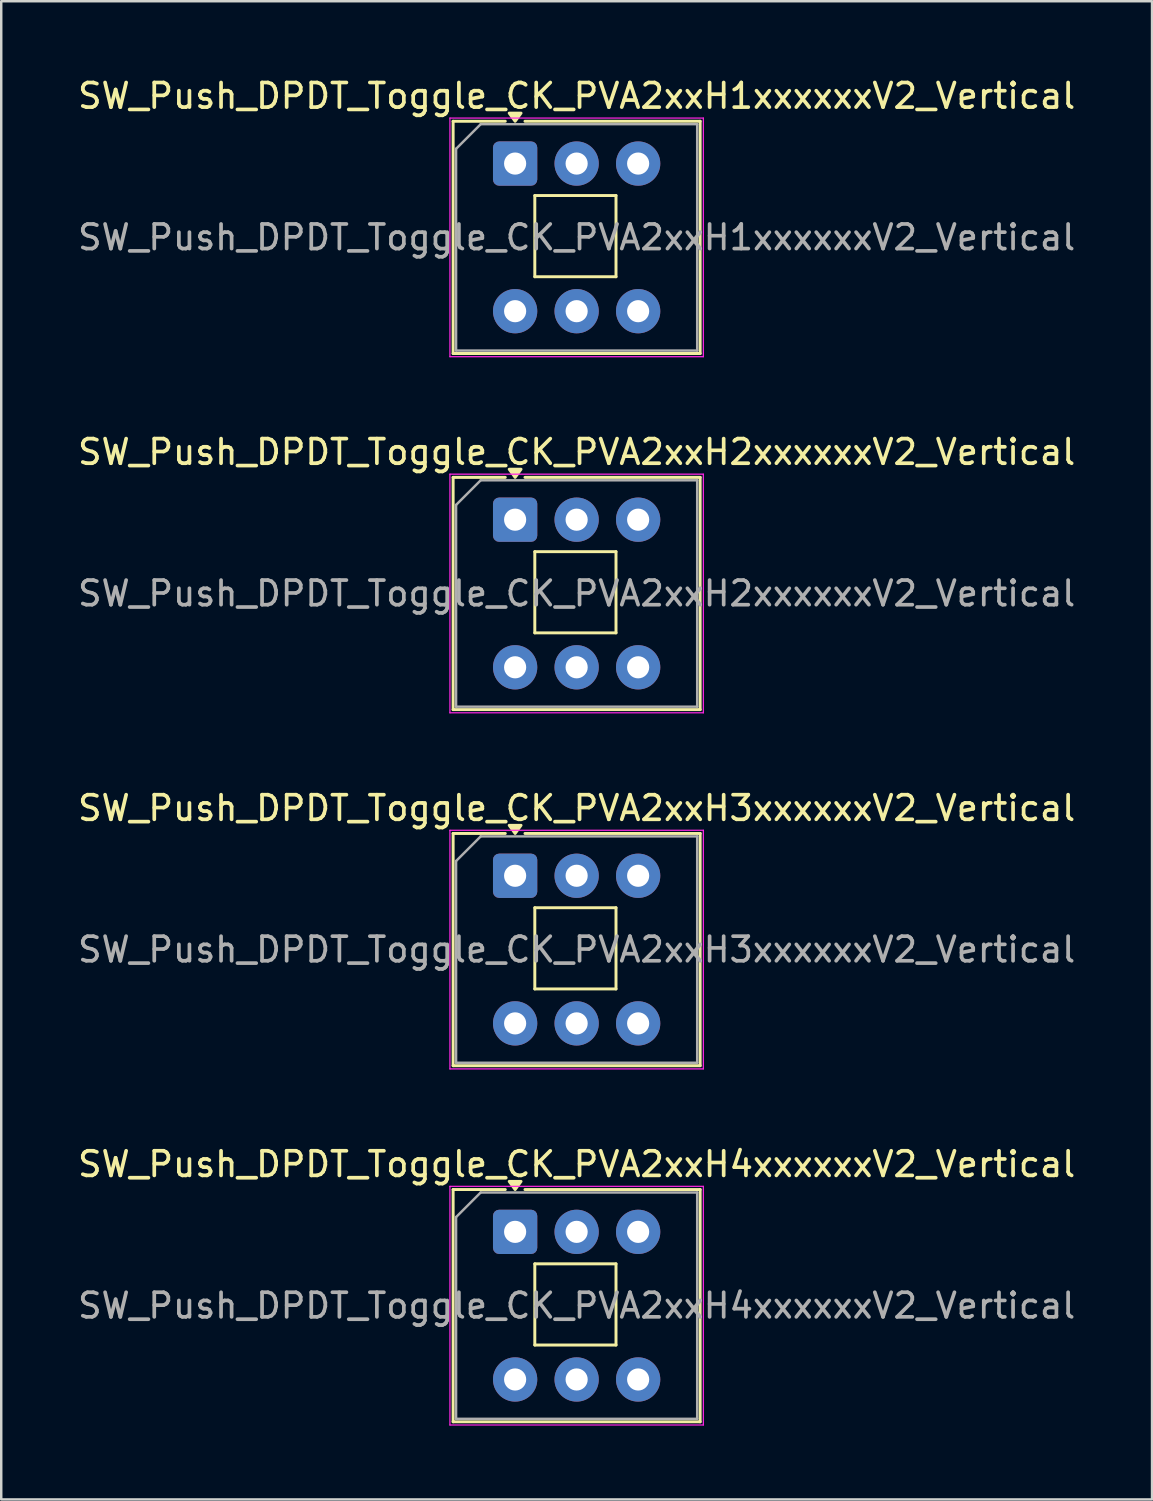
<source format=kicad_pcb>
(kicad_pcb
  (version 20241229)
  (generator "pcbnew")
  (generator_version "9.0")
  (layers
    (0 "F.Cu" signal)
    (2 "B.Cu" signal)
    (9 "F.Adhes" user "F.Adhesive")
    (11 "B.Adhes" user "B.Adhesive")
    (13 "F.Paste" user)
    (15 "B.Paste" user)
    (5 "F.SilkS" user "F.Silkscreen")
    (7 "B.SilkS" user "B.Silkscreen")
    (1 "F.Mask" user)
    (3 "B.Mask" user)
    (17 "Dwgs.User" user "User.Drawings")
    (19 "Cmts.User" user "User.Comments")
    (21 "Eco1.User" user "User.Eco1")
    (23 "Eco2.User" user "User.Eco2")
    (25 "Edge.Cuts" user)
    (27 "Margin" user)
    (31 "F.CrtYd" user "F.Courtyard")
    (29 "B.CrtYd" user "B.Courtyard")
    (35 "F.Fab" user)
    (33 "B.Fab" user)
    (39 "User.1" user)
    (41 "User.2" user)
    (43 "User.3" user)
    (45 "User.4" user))
  (footprint "SW_Push_DPDT_Toggle_CK_PVA2xxH1xxxxxxV2_Vertical"
    (layer "F.Cu")
    (at 17.887 3.598)
    (property "Reference" "SW_Push_DPDT_Toggle_CK_PVA2xxH1xxxxxxV2_Vertical" (at 2.5 -2.75 0) (layer "F.SilkS") (effects (font (size 1 1) (thickness 0.15))))
    (attr through_hole)
    (fp_line (start -2.52 7.72) (end -2.52 -1.72) (stroke (width 0.12) (type solid)) (layer "F.SilkS"))
    (fp_line (start -0.4 -1.72) (end -2.52 -1.72) (stroke (width 0.12) (type solid)) (layer "F.SilkS"))
    (fp_line (start 0.8 1.3) (end 0.8 4.6) (stroke (width 0.12) (type solid)) (layer "F.SilkS"))
    (fp_line (start 4.1 1.3) (end 0.8 1.3) (stroke (width 0.12) (type solid)) (layer "F.SilkS"))
    (fp_line (start 4.1 1.3) (end 4.1 4.6) (stroke (width 0.12) (type solid)) (layer "F.SilkS"))
    (fp_line (start 4.1 4.6) (end 0.8 4.6) (stroke (width 0.12) (type solid)) (layer "F.SilkS"))
    (fp_line (start 7.52 -1.72) (end 0.4 -1.72) (stroke (width 0.12) (type solid)) (layer "F.SilkS"))
    (fp_line (start 7.52 7.72) (end -2.52 7.72) (stroke (width 0.12) (type solid)) (layer "F.SilkS"))
    (fp_line (start 7.52 7.72) (end 7.52 -1.72) (stroke (width 0.12) (type solid)) (layer "F.SilkS"))
    (fp_poly (pts (xy 0 -1.72) (xy -0.24 -2.05) (xy 0.24 -2.05) (xy 0 -1.72)) (stroke (width 0.12) (type solid)) (fill yes) (layer "F.SilkS"))
    (fp_line (start -2.65 -1.85) (end 7.65 -1.85) (stroke (width 0.05) (type solid)) (layer "F.CrtYd"))
    (fp_line (start -2.65 7.85) (end -2.65 -1.85) (stroke (width 0.05) (type solid)) (layer "F.CrtYd"))
    (fp_line (start -2.65 7.85) (end 7.65 7.85) (stroke (width 0.05) (type solid)) (layer "F.CrtYd"))
    (fp_line (start 7.65 -1.85) (end 7.65 7.85) (stroke (width 0.05) (type solid)) (layer "F.CrtYd"))
    (fp_line (start -2.4 -0.6) (end -1.4 -1.6) (stroke (width 0.1) (type solid)) (layer "F.Fab"))
    (fp_line (start -2.4 7.6) (end -2.4 -0.6) (stroke (width 0.1) (type solid)) (layer "F.Fab"))
    (fp_line (start -1.4 -1.6) (end 7.4 -1.6) (stroke (width 0.1) (type solid)) (layer "F.Fab"))
    (fp_line (start 7.4 -1.6) (end 7.4 7.6) (stroke (width 0.1) (type solid)) (layer "F.Fab"))
    (fp_line (start 7.4 7.6) (end -2.4 7.6) (stroke (width 0.1) (type solid)) (layer "F.Fab"))
    (fp_text user "${REFERENCE}" (at 2.5 3 0) (layer "F.Fab") (effects (font (size 1 1) (thickness 0.15))))
    (pad "1" thru_hole roundrect (at 0 0) (size 1.8 1.8) (drill 0.9) (layers "*.Cu" "*.Mask") (roundrect_rratio 0.139))
    (pad "2" thru_hole circle (at 2.5 0) (size 1.8 1.8) (drill 0.9) (layers "*.Cu" "*.Mask"))
    (pad "3" thru_hole circle (at 5 0) (size 1.8 1.8) (drill 0.9) (layers "*.Cu" "*.Mask"))
    (pad "4" thru_hole circle (at 0 6) (size 1.8 1.8) (drill 0.9) (layers "*.Cu" "*.Mask"))
    (pad "5" thru_hole circle (at 2.5 6) (size 1.8 1.8) (drill 0.9) (layers "*.Cu" "*.Mask"))
    (pad "6" thru_hole circle (at 5 6) (size 1.8 1.8) (drill 0.9) (layers "*.Cu" "*.Mask")))
  (footprint "SW_Push_DPDT_Toggle_CK_PVA2xxH2xxxxxxV2_Vertical"
    (layer "F.Cu")
    (at 17.887 18.072)
    (property "Reference" "SW_Push_DPDT_Toggle_CK_PVA2xxH2xxxxxxV2_Vertical" (at 2.5 -2.75 0) (layer "F.SilkS") (effects (font (size 1 1) (thickness 0.15))))
    (attr through_hole)
    (fp_line (start -2.52 7.72) (end -2.52 -1.72) (stroke (width 0.12) (type solid)) (layer "F.SilkS"))
    (fp_line (start -0.4 -1.72) (end -2.52 -1.72) (stroke (width 0.12) (type solid)) (layer "F.SilkS"))
    (fp_line (start 0.8 1.3) (end 0.8 4.6) (stroke (width 0.12) (type solid)) (layer "F.SilkS"))
    (fp_line (start 4.1 1.3) (end 0.8 1.3) (stroke (width 0.12) (type solid)) (layer "F.SilkS"))
    (fp_line (start 4.1 1.3) (end 4.1 4.6) (stroke (width 0.12) (type solid)) (layer "F.SilkS"))
    (fp_line (start 4.1 4.6) (end 0.8 4.6) (stroke (width 0.12) (type solid)) (layer "F.SilkS"))
    (fp_line (start 7.52 -1.72) (end 0.4 -1.72) (stroke (width 0.12) (type solid)) (layer "F.SilkS"))
    (fp_line (start 7.52 7.72) (end -2.52 7.72) (stroke (width 0.12) (type solid)) (layer "F.SilkS"))
    (fp_line (start 7.52 7.72) (end 7.52 -1.72) (stroke (width 0.12) (type solid)) (layer "F.SilkS"))
    (fp_poly (pts (xy 0 -1.72) (xy -0.24 -2.05) (xy 0.24 -2.05) (xy 0 -1.72)) (stroke (width 0.12) (type solid)) (fill yes) (layer "F.SilkS"))
    (fp_line (start -2.65 -1.85) (end 7.65 -1.85) (stroke (width 0.05) (type solid)) (layer "F.CrtYd"))
    (fp_line (start -2.65 7.85) (end -2.65 -1.85) (stroke (width 0.05) (type solid)) (layer "F.CrtYd"))
    (fp_line (start -2.65 7.85) (end 7.65 7.85) (stroke (width 0.05) (type solid)) (layer "F.CrtYd"))
    (fp_line (start 7.65 -1.85) (end 7.65 7.85) (stroke (width 0.05) (type solid)) (layer "F.CrtYd"))
    (fp_line (start -2.4 -0.6) (end -1.4 -1.6) (stroke (width 0.1) (type solid)) (layer "F.Fab"))
    (fp_line (start -2.4 7.6) (end -2.4 -0.6) (stroke (width 0.1) (type solid)) (layer "F.Fab"))
    (fp_line (start -1.4 -1.6) (end 7.4 -1.6) (stroke (width 0.1) (type solid)) (layer "F.Fab"))
    (fp_line (start 7.4 -1.6) (end 7.4 7.6) (stroke (width 0.1) (type solid)) (layer "F.Fab"))
    (fp_line (start 7.4 7.6) (end -2.4 7.6) (stroke (width 0.1) (type solid)) (layer "F.Fab"))
    (fp_text user "${REFERENCE}" (at 2.5 3 0) (layer "F.Fab") (effects (font (size 1 1) (thickness 0.15))))
    (pad "1" thru_hole roundrect (at 0 0) (size 1.8 1.8) (drill 0.9) (layers "*.Cu" "*.Mask") (roundrect_rratio 0.139))
    (pad "2" thru_hole circle (at 2.5 0) (size 1.8 1.8) (drill 0.9) (layers "*.Cu" "*.Mask"))
    (pad "3" thru_hole circle (at 5 0) (size 1.8 1.8) (drill 0.9) (layers "*.Cu" "*.Mask"))
    (pad "4" thru_hole circle (at 0 6) (size 1.8 1.8) (drill 0.9) (layers "*.Cu" "*.Mask"))
    (pad "5" thru_hole circle (at 2.5 6) (size 1.8 1.8) (drill 0.9) (layers "*.Cu" "*.Mask"))
    (pad "6" thru_hole circle (at 5 6) (size 1.8 1.8) (drill 0.9) (layers "*.Cu" "*.Mask")))
  (footprint "SW_Push_DPDT_Toggle_CK_PVA2xxH4xxxxxxV2_Vertical"
    (layer "F.Cu")
    (at 17.887 47.018)
    (property "Reference" "SW_Push_DPDT_Toggle_CK_PVA2xxH4xxxxxxV2_Vertical" (at 2.5 -2.75 0) (layer "F.SilkS") (effects (font (size 1 1) (thickness 0.15))))
    (attr through_hole)
    (fp_line (start -2.52 7.72) (end -2.52 -1.72) (stroke (width 0.12) (type solid)) (layer "F.SilkS"))
    (fp_line (start -0.4 -1.72) (end -2.52 -1.72) (stroke (width 0.12) (type solid)) (layer "F.SilkS"))
    (fp_line (start 0.8 1.3) (end 0.8 4.6) (stroke (width 0.12) (type solid)) (layer "F.SilkS"))
    (fp_line (start 4.1 1.3) (end 0.8 1.3) (stroke (width 0.12) (type solid)) (layer "F.SilkS"))
    (fp_line (start 4.1 1.3) (end 4.1 4.6) (stroke (width 0.12) (type solid)) (layer "F.SilkS"))
    (fp_line (start 4.1 4.6) (end 0.8 4.6) (stroke (width 0.12) (type solid)) (layer "F.SilkS"))
    (fp_line (start 7.52 -1.72) (end 0.4 -1.72) (stroke (width 0.12) (type solid)) (layer "F.SilkS"))
    (fp_line (start 7.52 7.72) (end -2.52 7.72) (stroke (width 0.12) (type solid)) (layer "F.SilkS"))
    (fp_line (start 7.52 7.72) (end 7.52 -1.72) (stroke (width 0.12) (type solid)) (layer "F.SilkS"))
    (fp_poly (pts (xy 0 -1.72) (xy -0.24 -2.05) (xy 0.24 -2.05) (xy 0 -1.72)) (stroke (width 0.12) (type solid)) (fill yes) (layer "F.SilkS"))
    (fp_line (start -2.65 -1.85) (end 7.65 -1.85) (stroke (width 0.05) (type solid)) (layer "F.CrtYd"))
    (fp_line (start -2.65 7.85) (end -2.65 -1.85) (stroke (width 0.05) (type solid)) (layer "F.CrtYd"))
    (fp_line (start -2.65 7.85) (end 7.65 7.85) (stroke (width 0.05) (type solid)) (layer "F.CrtYd"))
    (fp_line (start 7.65 -1.85) (end 7.65 7.85) (stroke (width 0.05) (type solid)) (layer "F.CrtYd"))
    (fp_line (start -2.4 -0.6) (end -1.4 -1.6) (stroke (width 0.1) (type solid)) (layer "F.Fab"))
    (fp_line (start -2.4 7.6) (end -2.4 -0.6) (stroke (width 0.1) (type solid)) (layer "F.Fab"))
    (fp_line (start -1.4 -1.6) (end 7.4 -1.6) (stroke (width 0.1) (type solid)) (layer "F.Fab"))
    (fp_line (start 7.4 -1.6) (end 7.4 7.6) (stroke (width 0.1) (type solid)) (layer "F.Fab"))
    (fp_line (start 7.4 7.6) (end -2.4 7.6) (stroke (width 0.1) (type solid)) (layer "F.Fab"))
    (fp_text user "${REFERENCE}" (at 2.5 3 0) (layer "F.Fab") (effects (font (size 1 1) (thickness 0.15))))
    (pad "1" thru_hole roundrect (at 0 0) (size 1.8 1.8) (drill 0.9) (layers "*.Cu" "*.Mask") (roundrect_rratio 0.139))
    (pad "2" thru_hole circle (at 2.5 0) (size 1.8 1.8) (drill 0.9) (layers "*.Cu" "*.Mask"))
    (pad "3" thru_hole circle (at 5 0) (size 1.8 1.8) (drill 0.9) (layers "*.Cu" "*.Mask"))
    (pad "4" thru_hole circle (at 5 6) (size 1.8 1.8) (drill 0.9) (layers "*.Cu" "*.Mask"))
    (pad "5" thru_hole circle (at 2.5 6) (size 1.8 1.8) (drill 0.9) (layers "*.Cu" "*.Mask"))
    (pad "6" thru_hole circle (at 0 6) (size 1.8 1.8) (drill 0.9) (layers "*.Cu" "*.Mask")))
  (footprint "SW_Push_DPDT_Toggle_CK_PVA2xxH3xxxxxxV2_Vertical"
    (layer "F.Cu")
    (at 17.887 32.545)
    (property "Reference" "SW_Push_DPDT_Toggle_CK_PVA2xxH3xxxxxxV2_Vertical" (at 2.5 -2.75 0) (layer "F.SilkS") (effects (font (size 1 1) (thickness 0.15))))
    (attr through_hole)
    (fp_line (start -2.52 7.72) (end -2.52 -1.72) (stroke (width 0.12) (type solid)) (layer "F.SilkS"))
    (fp_line (start -0.4 -1.72) (end -2.52 -1.72) (stroke (width 0.12) (type solid)) (layer "F.SilkS"))
    (fp_line (start 0.8 1.3) (end 0.8 4.6) (stroke (width 0.12) (type solid)) (layer "F.SilkS"))
    (fp_line (start 4.1 1.3) (end 0.8 1.3) (stroke (width 0.12) (type solid)) (layer "F.SilkS"))
    (fp_line (start 4.1 1.3) (end 4.1 4.6) (stroke (width 0.12) (type solid)) (layer "F.SilkS"))
    (fp_line (start 4.1 4.6) (end 0.8 4.6) (stroke (width 0.12) (type solid)) (layer "F.SilkS"))
    (fp_line (start 7.52 -1.72) (end 0.4 -1.72) (stroke (width 0.12) (type solid)) (layer "F.SilkS"))
    (fp_line (start 7.52 7.72) (end -2.52 7.72) (stroke (width 0.12) (type solid)) (layer "F.SilkS"))
    (fp_line (start 7.52 7.72) (end 7.52 -1.72) (stroke (width 0.12) (type solid)) (layer "F.SilkS"))
    (fp_poly (pts (xy 0 -1.72) (xy -0.24 -2.05) (xy 0.24 -2.05) (xy 0 -1.72)) (stroke (width 0.12) (type solid)) (fill yes) (layer "F.SilkS"))
    (fp_line (start -2.65 -1.85) (end 7.65 -1.85) (stroke (width 0.05) (type solid)) (layer "F.CrtYd"))
    (fp_line (start -2.65 7.85) (end -2.65 -1.85) (stroke (width 0.05) (type solid)) (layer "F.CrtYd"))
    (fp_line (start -2.65 7.85) (end 7.65 7.85) (stroke (width 0.05) (type solid)) (layer "F.CrtYd"))
    (fp_line (start 7.65 -1.85) (end 7.65 7.85) (stroke (width 0.05) (type solid)) (layer "F.CrtYd"))
    (fp_line (start -2.4 -0.6) (end -1.4 -1.6) (stroke (width 0.1) (type solid)) (layer "F.Fab"))
    (fp_line (start -2.4 7.6) (end -2.4 -0.6) (stroke (width 0.1) (type solid)) (layer "F.Fab"))
    (fp_line (start -1.4 -1.6) (end 7.4 -1.6) (stroke (width 0.1) (type solid)) (layer "F.Fab"))
    (fp_line (start 7.4 -1.6) (end 7.4 7.6) (stroke (width 0.1) (type solid)) (layer "F.Fab"))
    (fp_line (start 7.4 7.6) (end -2.4 7.6) (stroke (width 0.1) (type solid)) (layer "F.Fab"))
    (fp_text user "${REFERENCE}" (at 2.5 3 0) (layer "F.Fab") (effects (font (size 1 1) (thickness 0.15))))
    (pad "1" thru_hole roundrect (at 0 0) (size 1.8 1.8) (drill 0.9) (layers "*.Cu" "*.Mask") (roundrect_rratio 0.139))
    (pad "2" thru_hole circle (at 2.5 0) (size 1.8 1.8) (drill 0.9) (layers "*.Cu" "*.Mask"))
    (pad "3" thru_hole circle (at 5 0) (size 1.8 1.8) (drill 0.9) (layers "*.Cu" "*.Mask"))
    (pad "4" thru_hole circle (at 5 6) (size 1.8 1.8) (drill 0.9) (layers "*.Cu" "*.Mask"))
    (pad "5" thru_hole circle (at 2.5 6) (size 1.8 1.8) (drill 0.9) (layers "*.Cu" "*.Mask"))
    (pad "6" thru_hole circle (at 0 6) (size 1.8 1.8) (drill 0.9) (layers "*.Cu" "*.Mask")))
  (gr_rect
    (start -3 -3)
    (end 43.774 57.893)
    (stroke (width 0.1) (type default))
    (fill no)
    (layer "Edge.Cuts")))
</source>
